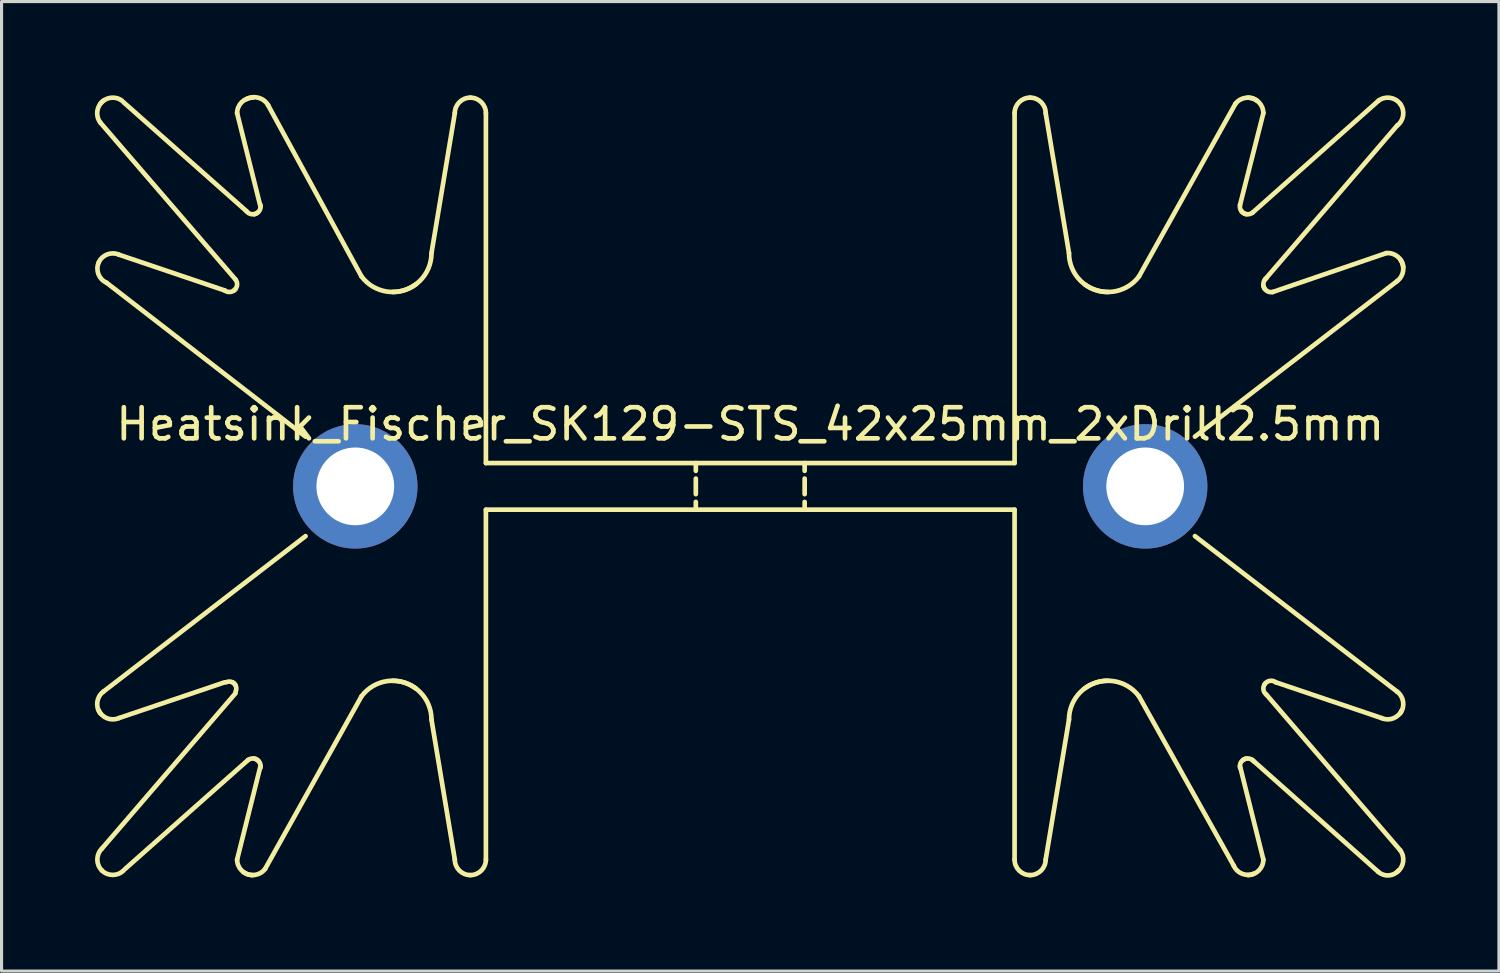
<source format=kicad_pcb>
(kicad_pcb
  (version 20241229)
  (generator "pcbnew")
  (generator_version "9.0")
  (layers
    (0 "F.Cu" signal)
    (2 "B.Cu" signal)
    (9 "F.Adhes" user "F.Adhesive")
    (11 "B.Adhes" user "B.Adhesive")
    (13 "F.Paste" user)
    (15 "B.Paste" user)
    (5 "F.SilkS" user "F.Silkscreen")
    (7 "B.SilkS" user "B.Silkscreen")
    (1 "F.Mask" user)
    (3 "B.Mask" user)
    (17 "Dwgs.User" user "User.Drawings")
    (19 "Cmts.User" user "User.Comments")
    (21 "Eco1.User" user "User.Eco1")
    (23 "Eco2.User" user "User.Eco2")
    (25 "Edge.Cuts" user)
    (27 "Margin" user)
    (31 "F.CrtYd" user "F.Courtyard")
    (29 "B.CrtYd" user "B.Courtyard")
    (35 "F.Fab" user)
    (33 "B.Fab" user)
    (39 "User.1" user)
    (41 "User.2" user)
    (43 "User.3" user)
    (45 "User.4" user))
  (footprint "Heatsink_Fischer_SK129-STS_42x25mm_2xDrill2.5mm"
    (layer "F.Cu")
    (at 21.075 12.59)
    (property "Reference" "Heatsink_Fischer_SK129-STS_42x25mm_2xDrill2.5mm" (at 0 -2 0) (layer "F.SilkS") (effects (font (size 1 1) (thickness 0.15))))
    (attr through_hole)
    (fp_line (start -20.85 11.65) (end -16.55 6.65) (stroke (width 0.15) (type solid)) (layer "F.SilkS"))
    (fp_line (start -20.8 6.6) (end -14.3 1.6) (stroke (width 0.15) (type solid)) (layer "F.SilkS"))
    (fp_line (start -20.7 -6.55) (end -14.3 -1.6) (stroke (width 0.15) (type solid)) (layer "F.SilkS"))
    (fp_line (start -20.3 7.45) (end -16.9 6.3) (stroke (width 0.15) (type solid)) (layer "F.SilkS"))
    (fp_line (start -20.1 12.3) (end -16.15 8.8) (stroke (width 0.15) (type solid)) (layer "F.SilkS"))
    (fp_line (start -16.9 -6.3) (end -20.3 -7.45) (stroke (width 0.15) (type solid)) (layer "F.SilkS"))
    (fp_line (start -16.55 -6.65) (end -20.9 -11.7) (stroke (width 0.15) (type solid)) (layer "F.SilkS"))
    (fp_line (start -16.5 12) (end -15.75 9) (stroke (width 0.15) (type solid)) (layer "F.SilkS"))
    (fp_line (start -16.2 -8.85) (end -20.15 -12.35) (stroke (width 0.15) (type solid)) (layer "F.SilkS"))
    (fp_line (start -15.75 -9) (end -16.5 -12) (stroke (width 0.15) (type solid)) (layer "F.SilkS"))
    (fp_line (start -15.6 12.3) (end -12.5 6.75) (stroke (width 0.15) (type solid)) (layer "F.SilkS"))
    (fp_line (start -15.5 -12.25) (end -12.5 -6.75) (stroke (width 0.15) (type solid)) (layer "F.SilkS"))
    (fp_line (start -10.25 7.5) (end -9.5 12) (stroke (width 0.15) (type solid)) (layer "F.SilkS"))
    (fp_line (start -9.5 -12) (end -10.25 -7.5) (stroke (width 0.15) (type solid)) (layer "F.SilkS"))
    (fp_line (start -8.5 -12) (end -8.5 -0.75) (stroke (width 0.15) (type solid)) (layer "F.SilkS"))
    (fp_line (start -8.5 -0.75) (end 8.5 -0.75) (stroke (width 0.15) (type solid)) (layer "F.SilkS"))
    (fp_line (start -8.5 12) (end -8.5 0.75) (stroke (width 0.15) (type solid)) (layer "F.SilkS"))
    (fp_line (start -1.75 -0.75) (end -1.75 -0.5) (stroke (width 0.15) (type solid)) (layer "F.SilkS"))
    (fp_line (start -1.75 -0.25) (end -1.75 0.25) (stroke (width 0.15) (type solid)) (layer "F.SilkS"))
    (fp_line (start -1.75 0.75) (end -1.75 0.5) (stroke (width 0.15) (type solid)) (layer "F.SilkS"))
    (fp_line (start 1.75 -0.75) (end 1.75 -0.5) (stroke (width 0.15) (type solid)) (layer "F.SilkS"))
    (fp_line (start 1.75 -0.25) (end 1.75 0.25) (stroke (width 0.15) (type solid)) (layer "F.SilkS"))
    (fp_line (start 1.75 0.5) (end 1.75 0.75) (stroke (width 0.15) (type solid)) (layer "F.SilkS"))
    (fp_line (start 8.5 -12) (end 8.5 -0.75) (stroke (width 0.15) (type solid)) (layer "F.SilkS"))
    (fp_line (start 8.5 0.75) (end -8.5 0.75) (stroke (width 0.15) (type solid)) (layer "F.SilkS"))
    (fp_line (start 8.5 12) (end 8.5 0.75) (stroke (width 0.15) (type solid)) (layer "F.SilkS"))
    (fp_line (start 9.5 -12) (end 10.25 -7.5) (stroke (width 0.15) (type solid)) (layer "F.SilkS"))
    (fp_line (start 10.25 7.5) (end 9.5 12) (stroke (width 0.15) (type solid)) (layer "F.SilkS"))
    (fp_line (start 12.5 -6.75) (end 15.6 -12.3) (stroke (width 0.15) (type solid)) (layer "F.SilkS"))
    (fp_line (start 15.55 12.2) (end 12.5 6.75) (stroke (width 0.15) (type solid)) (layer "F.SilkS"))
    (fp_line (start 16.15 -8.8) (end 20.2 -12.4) (stroke (width 0.15) (type solid)) (layer "F.SilkS"))
    (fp_line (start 16.15 8.8) (end 20.2 12.4) (stroke (width 0.15) (type solid)) (layer "F.SilkS"))
    (fp_line (start 16.5 -12) (end 15.75 -9.05) (stroke (width 0.15) (type solid)) (layer "F.SilkS"))
    (fp_line (start 16.5 12) (end 15.75 9) (stroke (width 0.15) (type solid)) (layer "F.SilkS"))
    (fp_line (start 16.55 -6.65) (end 20.8 -11.6) (stroke (width 0.15) (type solid)) (layer "F.SilkS"))
    (fp_line (start 16.6 6.7) (end 20.9 11.7) (stroke (width 0.15) (type solid)) (layer "F.SilkS"))
    (fp_line (start 16.8 -6.25) (end 20.45 -7.5) (stroke (width 0.15) (type solid)) (layer "F.SilkS"))
    (fp_line (start 16.9 6.3) (end 20.3 7.45) (stroke (width 0.15) (type solid)) (layer "F.SilkS"))
    (fp_line (start 20.8 -6.6) (end 14.3 -1.6) (stroke (width 0.15) (type solid)) (layer "F.SilkS"))
    (fp_line (start 20.8 6.6) (end 14.3 1.6) (stroke (width 0.15) (type solid)) (layer "F.SilkS"))
    (fp_arc (start -20.95 -7.2) (mid -20.676777 -7.459619) (end -20.3 -7.45) (stroke (width 0.15) (type solid)) (layer "F.SilkS"))
    (fp_arc (start -20.9 -12.3) (mid -20.570711 -12.494975) (end -20.2 -12.4) (stroke (width 0.15) (type solid)) (layer "F.SilkS"))
    (fp_arc (start -20.9 -11.7) (mid -20.994975 -12.070711) (end -20.8 -12.4) (stroke (width 0.15) (type solid)) (layer "F.SilkS"))
    (fp_arc (start -20.9 7.3) (mid -20.994975 6.929289) (end -20.8 6.6) (stroke (width 0.15) (type solid)) (layer "F.SilkS"))
    (fp_arc (start -20.85 12.35) (mid -20.994975 12) (end -20.85 11.65) (stroke (width 0.15) (type solid)) (layer "F.SilkS"))
    (fp_arc (start -20.7 -6.55) (mid -20.959619 -6.823223) (end -20.95 -7.2) (stroke (width 0.15) (type solid)) (layer "F.SilkS"))
    (fp_arc (start -20.3 7.45) (mid -20.676777 7.459619) (end -20.95 7.2) (stroke (width 0.15) (type solid)) (layer "F.SilkS"))
    (fp_arc (start -20.15 12.35) (mid -20.5 12.494975) (end -20.85 12.35) (stroke (width 0.15) (type solid)) (layer "F.SilkS"))
    (fp_arc (start -16.85 6.3) (mid -16.679289 6.287868) (end -16.55 6.4) (stroke (width 0.15) (type solid)) (layer "F.SilkS"))
    (fp_arc (start -16.65 6.3) (mid -16.537868 6.429289) (end -16.55 6.6) (stroke (width 0.15) (type solid)) (layer "F.SilkS"))
    (fp_arc (start -16.55 -6.65) (mid -16.502513 -6.464645) (end -16.6 -6.3) (stroke (width 0.15) (type solid)) (layer "F.SilkS"))
    (fp_arc (start -16.55 -6.35) (mid -16.714645 -6.252513) (end -16.9 -6.3) (stroke (width 0.15) (type solid)) (layer "F.SilkS"))
    (fp_arc (start -16.5 -12) (mid -16.353553 -12.353553) (end -16 -12.5) (stroke (width 0.15) (type solid)) (layer "F.SilkS"))
    (fp_arc (start -16.2 -12.45) (mid -15.808579 -12.494975) (end -15.5 -12.25) (stroke (width 0.15) (type solid)) (layer "F.SilkS"))
    (fp_arc (start -16.15 8.8) (mid -15.964645 8.752513) (end -15.8 8.85) (stroke (width 0.15) (type solid)) (layer "F.SilkS"))
    (fp_arc (start -16 12.5) (mid -16.353553 12.353553) (end -16.5 12) (stroke (width 0.15) (type solid)) (layer "F.SilkS"))
    (fp_arc (start -15.95 8.75) (mid -15.787868 8.858579) (end -15.75 9.05) (stroke (width 0.15) (type solid)) (layer "F.SilkS"))
    (fp_arc (start -15.85 -8.8) (mid -16.035355 -8.752513) (end -16.2 -8.85) (stroke (width 0.15) (type solid)) (layer "F.SilkS"))
    (fp_arc (start -15.75 -9.05) (mid -15.787868 -8.858579) (end -15.95 -8.75) (stroke (width 0.15) (type solid)) (layer "F.SilkS"))
    (fp_arc (start -15.6 12.3) (mid -15.929289 12.494975) (end -16.3 12.4) (stroke (width 0.15) (type solid)) (layer "F.SilkS"))
    (fp_arc (start -12.5 6.75) (mid -11.676777 6.262563) (end -10.75 6.5) (stroke (width 0.15) (type solid)) (layer "F.SilkS"))
    (fp_arc (start -11.5 6.25) (mid -10.616117 6.616117) (end -10.25 7.5) (stroke (width 0.15) (type solid)) (layer "F.SilkS"))
    (fp_arc (start -10.75 -6.5) (mid -11.676777 -6.262563) (end -12.5 -6.75) (stroke (width 0.15) (type solid)) (layer "F.SilkS"))
    (fp_arc (start -10.25 -7.5) (mid -10.616117 -6.616117) (end -11.5 -6.25) (stroke (width 0.15) (type solid)) (layer "F.SilkS"))
    (fp_arc (start -9.5 -12) (mid -9.353553 -12.353553) (end -9 -12.5) (stroke (width 0.15) (type solid)) (layer "F.SilkS"))
    (fp_arc (start -9 -12.5) (mid -8.646447 -12.353553) (end -8.5 -12) (stroke (width 0.15) (type solid)) (layer "F.SilkS"))
    (fp_arc (start -9 12.5) (mid -9.353553 12.353553) (end -9.5 12) (stroke (width 0.15) (type solid)) (layer "F.SilkS"))
    (fp_arc (start -8.5 12) (mid -8.646447 12.353553) (end -9 12.5) (stroke (width 0.15) (type solid)) (layer "F.SilkS"))
    (fp_arc (start 8.5 -12) (mid 8.646447 -12.353553) (end 9 -12.5) (stroke (width 0.15) (type solid)) (layer "F.SilkS"))
    (fp_arc (start 9 -12.5) (mid 9.353553 -12.353553) (end 9.5 -12) (stroke (width 0.15) (type solid)) (layer "F.SilkS"))
    (fp_arc (start 9 12.5) (mid 8.646447 12.353553) (end 8.5 12) (stroke (width 0.15) (type solid)) (layer "F.SilkS"))
    (fp_arc (start 9.5 12) (mid 9.353553 12.353553) (end 9 12.5) (stroke (width 0.15) (type solid)) (layer "F.SilkS"))
    (fp_arc (start 10.25 7.5) (mid 10.616117 6.616117) (end 11.5 6.25) (stroke (width 0.15) (type solid)) (layer "F.SilkS"))
    (fp_arc (start 10.75 6.5) (mid 11.676777 6.262563) (end 12.5 6.75) (stroke (width 0.15) (type solid)) (layer "F.SilkS"))
    (fp_arc (start 11.5 -6.25) (mid 10.616117 -6.616117) (end 10.25 -7.5) (stroke (width 0.15) (type solid)) (layer "F.SilkS"))
    (fp_arc (start 12.5 -6.75) (mid 11.676777 -6.262563) (end 10.75 -6.5) (stroke (width 0.15) (type solid)) (layer "F.SilkS"))
    (fp_arc (start 15.6 -12.3) (mid 15.929289 -12.494975) (end 16.3 -12.4) (stroke (width 0.15) (type solid)) (layer "F.SilkS"))
    (fp_arc (start 15.75 9.05) (mid 15.787868 8.858579) (end 15.95 8.75) (stroke (width 0.15) (type solid)) (layer "F.SilkS"))
    (fp_arc (start 15.85 8.8) (mid 16.035355 8.752513) (end 16.2 8.85) (stroke (width 0.15) (type solid)) (layer "F.SilkS"))
    (fp_arc (start 15.95 -8.75) (mid 15.787868 -8.858579) (end 15.75 -9.05) (stroke (width 0.15) (type solid)) (layer "F.SilkS"))
    (fp_arc (start 16 -12.5) (mid 16.353553 -12.353553) (end 16.5 -12) (stroke (width 0.15) (type solid)) (layer "F.SilkS"))
    (fp_arc (start 16.15 -8.8) (mid 15.964645 -8.752513) (end 15.8 -8.85) (stroke (width 0.15) (type solid)) (layer "F.SilkS"))
    (fp_arc (start 16.2 12.45) (mid 15.823223 12.459619) (end 15.55 12.2) (stroke (width 0.15) (type solid)) (layer "F.SilkS"))
    (fp_arc (start 16.5 12) (mid 16.353553 12.353553) (end 16 12.5) (stroke (width 0.15) (type solid)) (layer "F.SilkS"))
    (fp_arc (start 16.55 -6.35) (mid 16.502513 -6.535355) (end 16.6 -6.7) (stroke (width 0.15) (type solid)) (layer "F.SilkS"))
    (fp_arc (start 16.55 6.35) (mid 16.714645 6.252513) (end 16.9 6.3) (stroke (width 0.15) (type solid)) (layer "F.SilkS"))
    (fp_arc (start 16.6 6.7) (mid 16.502513 6.535355) (end 16.55 6.35) (stroke (width 0.15) (type solid)) (layer "F.SilkS"))
    (fp_arc (start 16.8 -6.25) (mid 16.608579 -6.287868) (end 16.5 -6.45) (stroke (width 0.15) (type solid)) (layer "F.SilkS"))
    (fp_arc (start 20.2 -12.4) (mid 20.570711 -12.494975) (end 20.9 -12.3) (stroke (width 0.15) (type solid)) (layer "F.SilkS"))
    (fp_arc (start 20.45 -7.5) (mid 20.818198 -7.388909) (end 21 -7.05) (stroke (width 0.15) (type solid)) (layer "F.SilkS"))
    (fp_arc (start 20.8 6.6) (mid 20.994975 6.929289) (end 20.9 7.3) (stroke (width 0.15) (type solid)) (layer "F.SilkS"))
    (fp_arc (start 20.85 12.35) (mid 20.535355 12.509619) (end 20.2 12.4) (stroke (width 0.15) (type solid)) (layer "F.SilkS"))
    (fp_arc (start 20.9 -12.3) (mid 20.994975 -11.929289) (end 20.8 -11.6) (stroke (width 0.15) (type solid)) (layer "F.SilkS"))
    (fp_arc (start 20.9 -7.3) (mid 20.994975 -6.929289) (end 20.8 -6.6) (stroke (width 0.15) (type solid)) (layer "F.SilkS"))
    (fp_arc (start 20.9 11.7) (mid 20.994975 12.070711) (end 20.8 12.4) (stroke (width 0.15) (type solid)) (layer "F.SilkS"))
    (fp_arc (start 20.95 7.2) (mid 20.676777 7.459619) (end 20.3 7.45) (stroke (width 0.15) (type solid)) (layer "F.SilkS"))
    (pad "1" thru_hole circle (at -12.7 0) (size 4 4) (drill 2.5) (layers "*.Cu" "*.Mask"))
    (pad "1" thru_hole circle (at 12.7 0) (size 4 4) (drill 2.5) (layers "*.Cu" "*.Mask")))
  (gr_rect
    (start -3 -3)
    (end 45.15 28.176)
    (stroke (width 0.1) (type default))
    (fill no)
    (layer "Edge.Cuts")))
</source>
